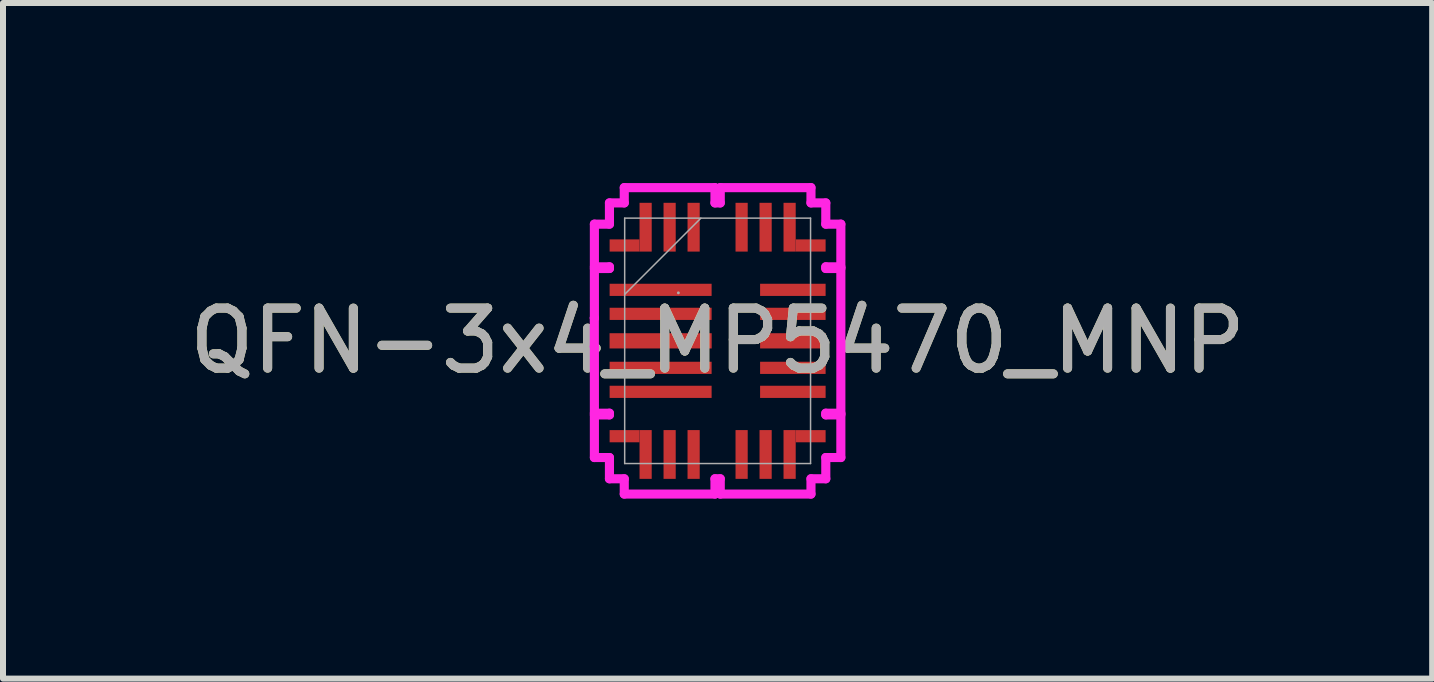
<source format=kicad_pcb>
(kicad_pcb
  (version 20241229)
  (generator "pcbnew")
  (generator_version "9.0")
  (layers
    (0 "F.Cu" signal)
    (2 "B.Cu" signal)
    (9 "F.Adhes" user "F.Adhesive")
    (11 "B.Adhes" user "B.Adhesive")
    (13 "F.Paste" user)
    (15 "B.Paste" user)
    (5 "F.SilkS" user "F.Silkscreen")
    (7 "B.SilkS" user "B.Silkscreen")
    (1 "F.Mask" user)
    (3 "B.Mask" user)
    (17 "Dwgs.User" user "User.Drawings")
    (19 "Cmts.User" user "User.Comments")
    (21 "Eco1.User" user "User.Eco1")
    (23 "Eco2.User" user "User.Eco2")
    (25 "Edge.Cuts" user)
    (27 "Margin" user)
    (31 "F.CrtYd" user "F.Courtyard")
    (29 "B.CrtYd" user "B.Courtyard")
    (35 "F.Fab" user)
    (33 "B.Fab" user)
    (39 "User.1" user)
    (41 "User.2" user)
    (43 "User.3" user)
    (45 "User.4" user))
  (footprint "QFN-3x4_MP5470_MNP"
    (layer "F.Cu")
    (at 8.911 2.631)
    (property "Reference" "QFN-3x4_MP5470_MNP" (at 0 0 0) (unlocked yes) (layer "F.SilkS") (effects (font (size 1 1) (thickness 0.15))))
    (attr smd)
    (fp_poly (pts (xy -1.302 -1.488) (xy -1.8 -1.488) (xy -1.8 -1.691) (xy -1.302 -1.691)) (stroke (width 0) (type solid)) (fill yes) (layer "F.Cu"))
    (fp_poly (pts (xy -1.302 1.488) (xy -1.8 1.488) (xy -1.8 1.691) (xy -1.302 1.691)) (stroke (width 0) (type solid)) (fill yes) (layer "F.Cu"))
    (fp_poly (pts (xy 1.302 -1.488) (xy 1.8 -1.488) (xy 1.8 -1.691) (xy 1.302 -1.691)) (stroke (width 0) (type solid)) (fill yes) (layer "F.Cu"))
    (fp_poly (pts (xy 1.302 1.488) (xy 1.8 1.488) (xy 1.8 1.691) (xy 1.302 1.691)) (stroke (width 0) (type solid)) (fill yes) (layer "F.Cu"))
    (fp_poly (pts (xy -1.302 -1.488) (xy -1.8 -1.488) (xy -1.8 -1.691) (xy -1.302 -1.691)) (stroke (width 0) (type solid)) (fill yes) (layer "F.Mask"))
    (fp_poly (pts (xy -1.302 1.488) (xy -1.8 1.488) (xy -1.8 1.691) (xy -1.302 1.691)) (stroke (width 0) (type solid)) (fill yes) (layer "F.Mask"))
    (fp_poly (pts (xy 1.302 -1.488) (xy 1.8 -1.488) (xy 1.8 -1.691) (xy 1.302 -1.691)) (stroke (width 0) (type solid)) (fill yes) (layer "F.Mask"))
    (fp_poly (pts (xy 1.302 1.488) (xy 1.8 1.488) (xy 1.8 1.691) (xy 1.302 1.691)) (stroke (width 0) (type solid)) (fill yes) (layer "F.Mask"))
    (fp_poly (pts (xy -1.302 -1.488) (xy -1.8 -1.488) (xy -1.8 -1.691) (xy -1.302 -1.691)) (stroke (width 0) (type solid)) (fill yes) (layer "F.Paste"))
    (fp_poly (pts (xy -1.302 1.488) (xy -1.8 1.488) (xy -1.8 1.691) (xy -1.302 1.691)) (stroke (width 0) (type solid)) (fill yes) (layer "F.Paste"))
    (fp_poly (pts (xy 1.302 -1.488) (xy 1.8 -1.488) (xy 1.8 -1.691) (xy 1.302 -1.691)) (stroke (width 0) (type solid)) (fill yes) (layer "F.Paste"))
    (fp_poly (pts (xy 1.302 1.488) (xy 1.8 1.488) (xy 1.8 1.691) (xy 1.302 1.691)) (stroke (width 0) (type solid)) (fill yes) (layer "F.Paste"))
    (fp_line (start -2.055 -0.381) (end -2.055 0.094) (stroke (width 0.152) (type solid)) (layer "F.CrtYd"))
    (fp_line (start -2.055 0.094) (end -2.054 0.094) (stroke (width 0.152) (type solid)) (layer "F.CrtYd"))
    (fp_line (start -2.054 -1.206) (end -2.054 -0.381) (stroke (width 0.152) (type solid)) (layer "F.CrtYd"))
    (fp_line (start -2.054 -0.381) (end -2.055 -0.381) (stroke (width 0.152) (type solid)) (layer "F.CrtYd"))
    (fp_line (start -2.054 0.094) (end -2.054 1.206) (stroke (width 0.152) (type solid)) (layer "F.CrtYd"))
    (fp_line (start -2.054 1.206) (end -1.803 1.206) (stroke (width 0.152) (type solid)) (layer "F.CrtYd"))
    (fp_line (start -2.054 -1.945) (end -2.054 -1.234) (stroke (width 0.152) (type solid)) (layer "F.CrtYd"))
    (fp_line (start -2.054 -1.234) (end -1.803 -1.234) (stroke (width 0.152) (type solid)) (layer "F.CrtYd"))
    (fp_line (start -2.054 1.234) (end -2.054 1.945) (stroke (width 0.152) (type solid)) (layer "F.CrtYd"))
    (fp_line (start -2.054 1.945) (end -1.803 1.945) (stroke (width 0.152) (type solid)) (layer "F.CrtYd"))
    (fp_line (start -1.803 -2.299) (end -1.803 -1.945) (stroke (width 0.152) (type solid)) (layer "F.CrtYd"))
    (fp_line (start -1.803 -1.945) (end -2.054 -1.945) (stroke (width 0.152) (type solid)) (layer "F.CrtYd"))
    (fp_line (start -1.803 -1.234) (end -1.803 -1.206) (stroke (width 0.152) (type solid)) (layer "F.CrtYd"))
    (fp_line (start -1.803 -1.206) (end -2.054 -1.206) (stroke (width 0.152) (type solid)) (layer "F.CrtYd"))
    (fp_line (start -1.803 1.206) (end -1.803 1.234) (stroke (width 0.152) (type solid)) (layer "F.CrtYd"))
    (fp_line (start -1.803 1.234) (end -2.054 1.234) (stroke (width 0.152) (type solid)) (layer "F.CrtYd"))
    (fp_line (start -1.803 1.945) (end -1.803 2.299) (stroke (width 0.152) (type solid)) (layer "F.CrtYd"))
    (fp_line (start -1.803 2.299) (end -1.556 2.299) (stroke (width 0.152) (type solid)) (layer "F.CrtYd"))
    (fp_line (start -1.556 -2.554) (end -1.556 -2.299) (stroke (width 0.152) (type solid)) (layer "F.CrtYd"))
    (fp_line (start -1.556 -2.299) (end -1.803 -2.299) (stroke (width 0.152) (type solid)) (layer "F.CrtYd"))
    (fp_line (start -1.556 2.299) (end -1.556 2.554) (stroke (width 0.152) (type solid)) (layer "F.CrtYd"))
    (fp_line (start -1.556 2.554) (end -0.044 2.554) (stroke (width 0.152) (type solid)) (layer "F.CrtYd"))
    (fp_line (start -0.044 -2.554) (end -1.556 -2.554) (stroke (width 0.152) (type solid)) (layer "F.CrtYd"))
    (fp_line (start -0.044 -2.299) (end -0.044 -2.554) (stroke (width 0.152) (type solid)) (layer "F.CrtYd"))
    (fp_line (start -0.044 2.299) (end 0.044 2.299) (stroke (width 0.152) (type solid)) (layer "F.CrtYd"))
    (fp_line (start -0.044 2.554) (end -0.044 2.299) (stroke (width 0.152) (type solid)) (layer "F.CrtYd"))
    (fp_line (start 0.044 -2.554) (end 0.044 -2.299) (stroke (width 0.152) (type solid)) (layer "F.CrtYd"))
    (fp_line (start 0.044 -2.299) (end -0.044 -2.299) (stroke (width 0.152) (type solid)) (layer "F.CrtYd"))
    (fp_line (start 0.044 2.299) (end 0.044 2.554) (stroke (width 0.152) (type solid)) (layer "F.CrtYd"))
    (fp_line (start 0.044 2.554) (end 1.556 2.554) (stroke (width 0.152) (type solid)) (layer "F.CrtYd"))
    (fp_line (start 1.556 -2.554) (end 0.044 -2.554) (stroke (width 0.152) (type solid)) (layer "F.CrtYd"))
    (fp_line (start 1.556 -2.299) (end 1.556 -2.554) (stroke (width 0.152) (type solid)) (layer "F.CrtYd"))
    (fp_line (start 1.556 2.299) (end 1.803 2.299) (stroke (width 0.152) (type solid)) (layer "F.CrtYd"))
    (fp_line (start 1.556 2.554) (end 1.556 2.299) (stroke (width 0.152) (type solid)) (layer "F.CrtYd"))
    (fp_line (start 1.803 -2.299) (end 1.556 -2.299) (stroke (width 0.152) (type solid)) (layer "F.CrtYd"))
    (fp_line (start 1.803 -1.945) (end 1.803 -2.299) (stroke (width 0.152) (type solid)) (layer "F.CrtYd"))
    (fp_line (start 1.803 -1.234) (end 2.054 -1.234) (stroke (width 0.152) (type solid)) (layer "F.CrtYd"))
    (fp_line (start 1.803 -1.206) (end 1.803 -1.234) (stroke (width 0.152) (type solid)) (layer "F.CrtYd"))
    (fp_line (start 1.803 1.206) (end 2.054 1.206) (stroke (width 0.152) (type solid)) (layer "F.CrtYd"))
    (fp_line (start 1.803 1.234) (end 1.803 1.206) (stroke (width 0.152) (type solid)) (layer "F.CrtYd"))
    (fp_line (start 1.803 1.945) (end 2.054 1.945) (stroke (width 0.152) (type solid)) (layer "F.CrtYd"))
    (fp_line (start 1.803 2.299) (end 1.803 1.945) (stroke (width 0.152) (type solid)) (layer "F.CrtYd"))
    (fp_line (start 2.054 -1.945) (end 1.803 -1.945) (stroke (width 0.152) (type solid)) (layer "F.CrtYd"))
    (fp_line (start 2.054 -1.234) (end 2.054 -1.945) (stroke (width 0.152) (type solid)) (layer "F.CrtYd"))
    (fp_line (start 2.054 1.234) (end 1.803 1.234) (stroke (width 0.152) (type solid)) (layer "F.CrtYd"))
    (fp_line (start 2.054 1.945) (end 2.054 1.234) (stroke (width 0.152) (type solid)) (layer "F.CrtYd"))
    (fp_line (start 2.054 -1.206) (end 1.803 -1.206) (stroke (width 0.152) (type solid)) (layer "F.CrtYd"))
    (fp_line (start 2.054 1.206) (end 2.054 -1.206) (stroke (width 0.152) (type solid)) (layer "F.CrtYd"))
    (fp_line (start -1.549 -2.045) (end -1.549 2.045) (stroke (width 0.025) (type solid)) (layer "F.Fab"))
    (fp_line (start -1.549 -0.775) (end -0.279 -2.045) (stroke (width 0.025) (type solid)) (layer "F.Fab"))
    (fp_line (start -1.549 2.045) (end 1.549 2.045) (stroke (width 0.025) (type solid)) (layer "F.Fab"))
    (fp_line (start 1.549 -2.045) (end -1.549 -2.045) (stroke (width 0.025) (type solid)) (layer "F.Fab"))
    (fp_line (start 1.549 2.045) (end 1.549 -2.045) (stroke (width 0.025) (type solid)) (layer "F.Fab"))
    (fp_circle (center -0.654 -0.8) (end -0.654 -0.8) (stroke (width 0.025) (type solid)) (fill no) (layer "F.Fab"))
    (fp_text user "${REFERENCE}" (at 0 0 0) (unlocked yes) (layer "F.Fab") (effects (font (size 1 1) (thickness 0.15))))
    (pad "1" smd rect (at -0.95 -0.85) (size 1.7 0.203) (layers "F.Cu" "F.Mask" "F.Paste"))
    (pad "2" smd rect (at -0.95 -0.45) (size 1.7 0.203) (layers "F.Cu" "F.Mask" "F.Paste"))
    (pad "3" smd rect (at -0.95 0) (size 1.702 0.254) (layers "F.Cu" "F.Mask" "F.Paste"))
    (pad "4" smd rect (at -0.95 0.45) (size 1.7 0.203) (layers "F.Cu" "F.Mask" "F.Paste"))
    (pad "5" smd rect (at -0.95 0.85) (size 1.7 0.203) (layers "F.Cu" "F.Mask" "F.Paste"))
    (pad "6" smd rect (at -1.2 1.894 90) (size 0.813 0.203) (layers "F.Cu" "F.Mask" "F.Paste"))
    (pad "7" smd rect (at -0.8 1.894 90) (size 0.813 0.203) (layers "F.Cu" "F.Mask" "F.Paste"))
    (pad "8" smd rect (at -0.4 1.894 90) (size 0.813 0.203) (layers "F.Cu" "F.Mask" "F.Paste"))
    (pad "9" smd rect (at 0.4 1.894 90) (size 0.813 0.203) (layers "F.Cu" "F.Mask" "F.Paste"))
    (pad "10" smd rect (at 0.8 1.894 90) (size 0.813 0.203) (layers "F.Cu" "F.Mask" "F.Paste"))
    (pad "11" smd rect (at 1.2 1.894 90) (size 0.813 0.203) (layers "F.Cu" "F.Mask" "F.Paste"))
    (pad "12" smd rect (at 1.254 0.85) (size 1.092 0.203) (layers "F.Cu" "F.Mask" "F.Paste"))
    (pad "13" smd rect (at 1.254 0.45) (size 1.092 0.203) (layers "F.Cu" "F.Mask" "F.Paste"))
    (pad "14" smd rect (at 1.254 0) (size 1.092 0.254) (layers "F.Cu" "F.Mask" "F.Paste"))
    (pad "15" smd rect (at 1.254 -0.45) (size 1.092 0.203) (layers "F.Cu" "F.Mask" "F.Paste"))
    (pad "16" smd rect (at 1.254 -0.85) (size 1.092 0.203) (layers "F.Cu" "F.Mask" "F.Paste"))
    (pad "17" smd rect (at 1.2 -1.894 90) (size 0.813 0.203) (layers "F.Cu" "F.Mask" "F.Paste"))
    (pad "18" smd rect (at 0.8 -1.894 90) (size 0.813 0.203) (layers "F.Cu" "F.Mask" "F.Paste"))
    (pad "19" smd rect (at 0.4 -1.894 90) (size 0.813 0.203) (layers "F.Cu" "F.Mask" "F.Paste"))
    (pad "20" smd rect (at -0.4 -1.894 90) (size 0.813 0.203) (layers "F.Cu" "F.Mask" "F.Paste"))
    (pad "21" smd rect (at -0.8 -1.894 90) (size 0.813 0.203) (layers "F.Cu" "F.Mask" "F.Paste"))
    (pad "22" smd rect (at -1.2 -1.894 90) (size 0.813 0.203) (layers "F.Cu" "F.Mask" "F.Paste")))
  (gr_rect
    (start -3 -3)
    (end 20.821 8.261)
    (stroke (width 0.1) (type default))
    (fill no)
    (layer "Edge.Cuts")))
</source>
